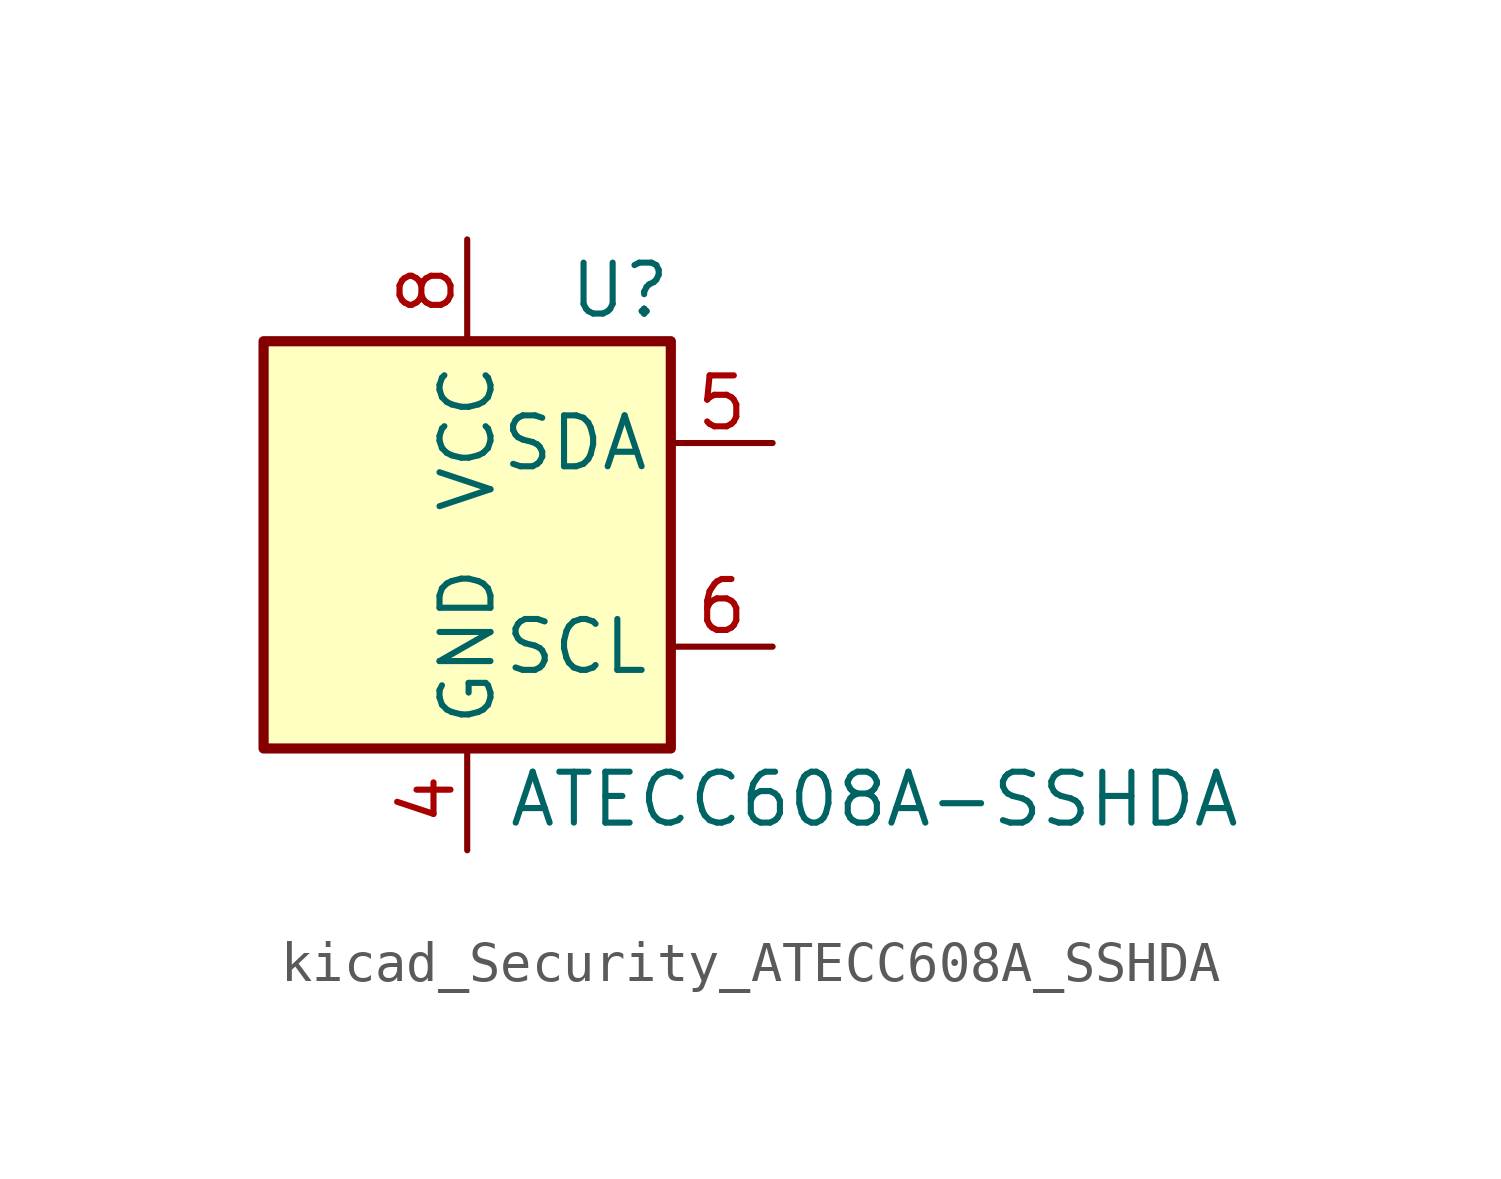
<source format=kicad_sym>
(kicad_symbol_lib
  (version 20220914)
  (generator kicad_symbol_editor)
  (symbol "kicad_Security_ATECC608A_SSHDA"
    (property "Reference" "U"
      (at 3.81 6.35 0)
      (effects (font (size 1.27 1.27))))
    (property "Value" "ATECC608A-SSHDA"
      (at 10.16 -6.35 0)
      (effects (font (size 1.27 1.27))))
    (symbol "kicad_Security_ATECC608A_SSHDA_0_1"
      (rectangle (start -5.08 5.08) (end 5.08 -5.08) (stroke (width 0.254) (type default)) (fill (type background))))
    (symbol "kicad_Security_ATECC608A_SSHDA_1_1"
      (pin no_connect line (at -5.08 2.54 0) (length 2.54) hide (name "NC" (effects (font (size 1.27 1.27)))) (number "1" (effects (font (size 1.27 1.27)))))
      (pin no_connect line (at -5.08 0 0) (length 2.54) hide (name "NC" (effects (font (size 1.27 1.27)))) (number "2" (effects (font (size 1.27 1.27)))))
      (pin no_connect line (at -5.08 -2.54 0) (length 2.54) hide (name "NC" (effects (font (size 1.27 1.27)))) (number "3" (effects (font (size 1.27 1.27)))))
      (pin power_in line (at 0 -7.62 90) (length 2.54) (name "GND" (effects (font (size 1.27 1.27)))) (number "4" (effects (font (size 1.27 1.27)))))
      (pin bidirectional line (at 7.62 2.54 180) (length 2.54) (name "SDA" (effects (font (size 1.27 1.27)))) (number "5" (effects (font (size 1.27 1.27)))))
      (pin input line (at 7.62 -2.54 180) (length 2.54) (name "SCL" (effects (font (size 1.27 1.27)))) (number "6" (effects (font (size 1.27 1.27)))))
      (pin no_connect line (at 5.08 0 180) (length 2.54) hide (name "NC" (effects (font (size 1.27 1.27)))) (number "7" (effects (font (size 1.27 1.27)))))
      (pin power_in line (at 0 7.62 270) (length 2.54) (name "VCC" (effects (font (size 1.27 1.27)))) (number "8" (effects (font (size 1.27 1.27))))))))
</source>
